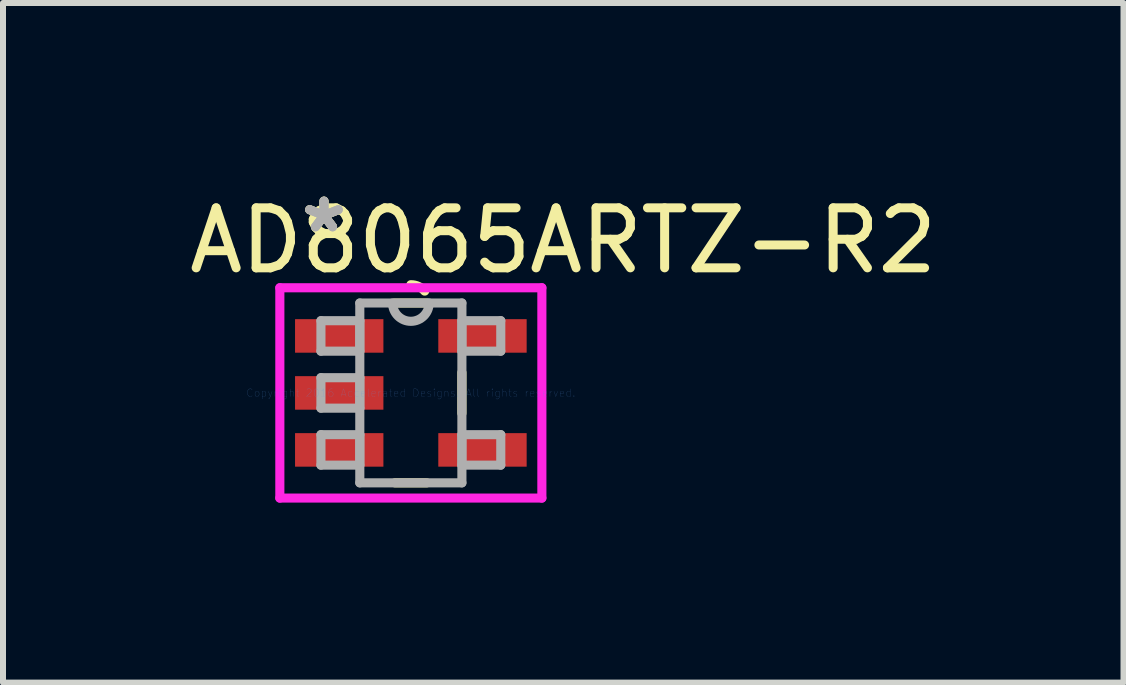
<source format=kicad_pcb>
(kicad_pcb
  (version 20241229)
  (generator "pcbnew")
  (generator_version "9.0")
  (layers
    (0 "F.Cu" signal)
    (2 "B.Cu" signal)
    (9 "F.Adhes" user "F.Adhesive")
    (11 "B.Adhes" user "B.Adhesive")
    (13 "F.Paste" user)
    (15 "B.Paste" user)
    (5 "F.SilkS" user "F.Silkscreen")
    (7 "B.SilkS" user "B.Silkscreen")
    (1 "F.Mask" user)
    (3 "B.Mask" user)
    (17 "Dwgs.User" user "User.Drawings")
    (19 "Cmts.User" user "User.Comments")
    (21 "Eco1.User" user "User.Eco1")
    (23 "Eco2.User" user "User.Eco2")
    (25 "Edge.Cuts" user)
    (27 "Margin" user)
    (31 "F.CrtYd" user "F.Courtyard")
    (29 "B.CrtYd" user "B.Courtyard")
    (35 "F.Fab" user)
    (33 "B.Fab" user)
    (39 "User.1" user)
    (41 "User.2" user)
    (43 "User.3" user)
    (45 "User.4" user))
  (footprint "AD8065ARTZ-R2"
    (layer "F.Cu")
    (at 3.799 3.5)
    (property "Reference" "AD8065ARTZ-R2" (at 2.54 -2.54 0) (layer "F.SilkS") (effects (font (size 1 1) (thickness 0.15))))
    (attr through_hole)
    (fp_line (start -0.266 1.499) (end 0.266 1.499) (stroke (width 0.152) (type solid)) (layer "F.SilkS"))
    (fp_line (start 0.266 -1.499) (end -0.266 -1.499) (stroke (width 0.152) (type solid)) (layer "F.SilkS"))
    (fp_line (start 0.851 0.34) (end 0.851 -0.34) (stroke (width 0.152) (type solid)) (layer "F.SilkS"))
    (fp_arc (start 0 -1.8034) (mid 0.127 -1.775681) (end 0.230901 -1.697567) (stroke (width 0.1524) (type solid)) (layer "F.SilkS"))
    (fp_line (start -2.184 -1.753) (end 2.184 -1.753) (stroke (width 0.152) (type solid)) (layer "F.CrtYd"))
    (fp_line (start -2.184 1.753) (end -2.184 -1.753) (stroke (width 0.152) (type solid)) (layer "F.CrtYd"))
    (fp_line (start 2.184 -1.753) (end 2.184 1.753) (stroke (width 0.152) (type solid)) (layer "F.CrtYd"))
    (fp_line (start 2.184 1.753) (end -2.184 1.753) (stroke (width 0.152) (type solid)) (layer "F.CrtYd"))
    (fp_line (start -1.499 -1.204) (end -1.499 -0.696) (stroke (width 0.152) (type solid)) (layer "F.Fab"))
    (fp_line (start -1.499 -0.696) (end -0.851 -0.696) (stroke (width 0.152) (type solid)) (layer "F.Fab"))
    (fp_line (start -1.499 -0.254) (end -1.499 0.254) (stroke (width 0.152) (type solid)) (layer "F.Fab"))
    (fp_line (start -1.499 0.254) (end -0.851 0.254) (stroke (width 0.152) (type solid)) (layer "F.Fab"))
    (fp_line (start -1.499 0.696) (end -1.499 1.204) (stroke (width 0.152) (type solid)) (layer "F.Fab"))
    (fp_line (start -1.499 1.204) (end -0.851 1.204) (stroke (width 0.152) (type solid)) (layer "F.Fab"))
    (fp_line (start -0.851 -1.499) (end -0.851 1.499) (stroke (width 0.152) (type solid)) (layer "F.Fab"))
    (fp_line (start -0.851 -1.204) (end -1.499 -1.204) (stroke (width 0.152) (type solid)) (layer "F.Fab"))
    (fp_line (start -0.851 -0.696) (end -0.851 -1.204) (stroke (width 0.152) (type solid)) (layer "F.Fab"))
    (fp_line (start -0.851 -0.254) (end -1.499 -0.254) (stroke (width 0.152) (type solid)) (layer "F.Fab"))
    (fp_line (start -0.851 0.254) (end -0.851 -0.254) (stroke (width 0.152) (type solid)) (layer "F.Fab"))
    (fp_line (start -0.851 0.696) (end -1.499 0.696) (stroke (width 0.152) (type solid)) (layer "F.Fab"))
    (fp_line (start -0.851 1.204) (end -0.851 0.696) (stroke (width 0.152) (type solid)) (layer "F.Fab"))
    (fp_line (start -0.851 1.499) (end 0.851 1.499) (stroke (width 0.152) (type solid)) (layer "F.Fab"))
    (fp_line (start 0.851 -1.499) (end -0.851 -1.499) (stroke (width 0.152) (type solid)) (layer "F.Fab"))
    (fp_line (start 0.851 -1.204) (end 0.851 -0.696) (stroke (width 0.152) (type solid)) (layer "F.Fab"))
    (fp_line (start 0.851 -0.696) (end 1.499 -0.696) (stroke (width 0.152) (type solid)) (layer "F.Fab"))
    (fp_line (start 0.851 0.696) (end 0.851 1.204) (stroke (width 0.152) (type solid)) (layer "F.Fab"))
    (fp_line (start 0.851 1.204) (end 1.499 1.204) (stroke (width 0.152) (type solid)) (layer "F.Fab"))
    (fp_line (start 0.851 1.499) (end 0.851 -1.499) (stroke (width 0.152) (type solid)) (layer "F.Fab"))
    (fp_line (start 1.499 -1.204) (end 0.851 -1.204) (stroke (width 0.152) (type solid)) (layer "F.Fab"))
    (fp_line (start 1.499 -0.696) (end 1.499 -1.204) (stroke (width 0.152) (type solid)) (layer "F.Fab"))
    (fp_line (start 1.499 0.696) (end 0.851 0.696) (stroke (width 0.152) (type solid)) (layer "F.Fab"))
    (fp_line (start 1.499 1.204) (end 1.499 0.696) (stroke (width 0.152) (type solid)) (layer "F.Fab"))
    (fp_arc (start 0.3048 -1.4986) (mid 0 -1.1938) (end -0.3048 -1.4986) (stroke (width 0.1524) (type solid)) (layer "F.Fab"))
    (fp_text user "*" (at -1.448 -2.652 0) (layer "F.SilkS") (effects (font (size 1 1) (thickness 0.15))))
    (fp_text user "*" (at -1.448 -2.652 0) (layer "F.SilkS") (effects (font (size 1 1) (thickness 0.15))))
    (fp_text user "Copyright 2016 Accelerated Designs. All rights reserved." (at 0 0 0) (layer "Cmts.User") (effects (font (size 0.127 0.127) (thickness 0.002))))
    (fp_text user "*" (at -1.448 -2.652 0) (layer "F.Fab") (effects (font (size 1 1) (thickness 0.15))))
    (fp_text user "*" (at -1.448 -2.652 0) (layer "F.Fab") (effects (font (size 1 1) (thickness 0.15))))
    (pad "1" smd rect (at -1.194 -0.95) (size 1.473 0.559) (layers "F.Cu" "F.Mask" "F.Paste"))
    (pad "2" smd rect (at -1.194 0) (size 1.473 0.559) (layers "F.Cu" "F.Mask" "F.Paste"))
    (pad "3" smd rect (at -1.194 0.95) (size 1.473 0.559) (layers "F.Cu" "F.Mask" "F.Paste"))
    (pad "4" smd rect (at 1.194 0.95) (size 1.473 0.559) (layers "F.Cu" "F.Mask" "F.Paste"))
    (pad "5" smd rect (at 1.194 -0.95) (size 1.473 0.559) (layers "F.Cu" "F.Mask" "F.Paste")))
  (gr_rect
    (start -3 -3)
    (end 15.679 8.329)
    (stroke (width 0.1) (type default))
    (fill no)
    (layer "Edge.Cuts")))
</source>
